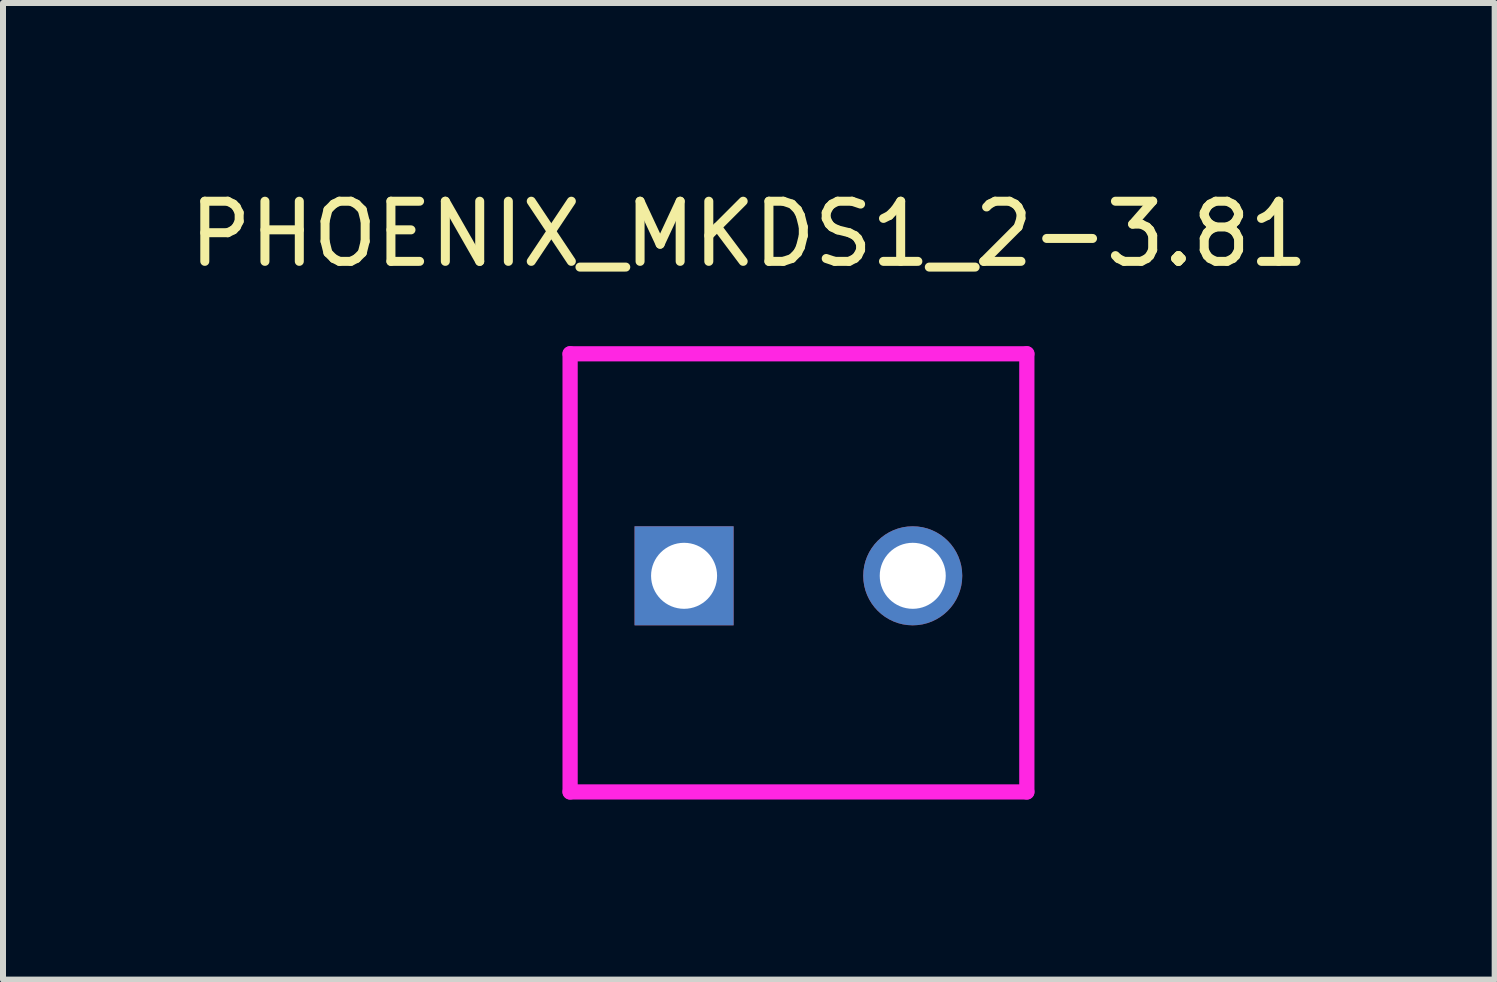
<source format=kicad_pcb>
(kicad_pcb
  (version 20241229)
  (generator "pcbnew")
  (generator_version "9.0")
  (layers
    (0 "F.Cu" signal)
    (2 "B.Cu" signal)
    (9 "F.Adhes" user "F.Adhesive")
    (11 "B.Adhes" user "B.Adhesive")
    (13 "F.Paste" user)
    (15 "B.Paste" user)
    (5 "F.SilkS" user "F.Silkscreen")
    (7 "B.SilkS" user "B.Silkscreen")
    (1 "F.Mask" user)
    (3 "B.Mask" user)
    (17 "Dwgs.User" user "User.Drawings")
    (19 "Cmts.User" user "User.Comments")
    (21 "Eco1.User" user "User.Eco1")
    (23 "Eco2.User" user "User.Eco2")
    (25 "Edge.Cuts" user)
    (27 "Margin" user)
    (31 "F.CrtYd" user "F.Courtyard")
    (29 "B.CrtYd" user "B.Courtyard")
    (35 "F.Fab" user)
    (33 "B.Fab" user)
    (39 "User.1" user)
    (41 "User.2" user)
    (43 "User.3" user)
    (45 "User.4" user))
  (footprint "PHOENIX_MKDS1_2-3.81"
    (layer "F.Cu")
    (at 10.254 6.494)
    (property "Reference" "PHOENIX_MKDS1_2-3.81" (at -0.826 -5.645 0) (layer "F.SilkS") (effects (font (size 1.002 1.002) (thickness 0.15))))
    (attr through_hole)
    (fp_line (start -3.805 -3.649) (end -3.805 3.651) (stroke (width 0.254) (type solid)) (layer "F.CrtYd"))
    (fp_line (start -3.805 3.651) (end 3.805 3.651) (stroke (width 0.254) (type solid)) (layer "F.CrtYd"))
    (fp_line (start 3.805 -3.649) (end -3.805 -3.649) (stroke (width 0.254) (type solid)) (layer "F.CrtYd"))
    (fp_line (start 3.805 3.651) (end 3.805 -3.649) (stroke (width 0.254) (type solid)) (layer "F.CrtYd"))
    (pad "1" thru_hole rect (at -1.906 0.05) (size 1.65 1.65) (drill 1.1) (layers "*.Cu" "*.Mask"))
    (pad "2" thru_hole circle (at 1.904 0.05) (size 1.65 1.65) (drill 1.1) (layers "*.Cu" "*.Mask")))
  (gr_rect
    (start -3 -3)
    (end 21.854 13.272)
    (stroke (width 0.1) (type default))
    (fill no)
    (layer "Edge.Cuts")))
</source>
